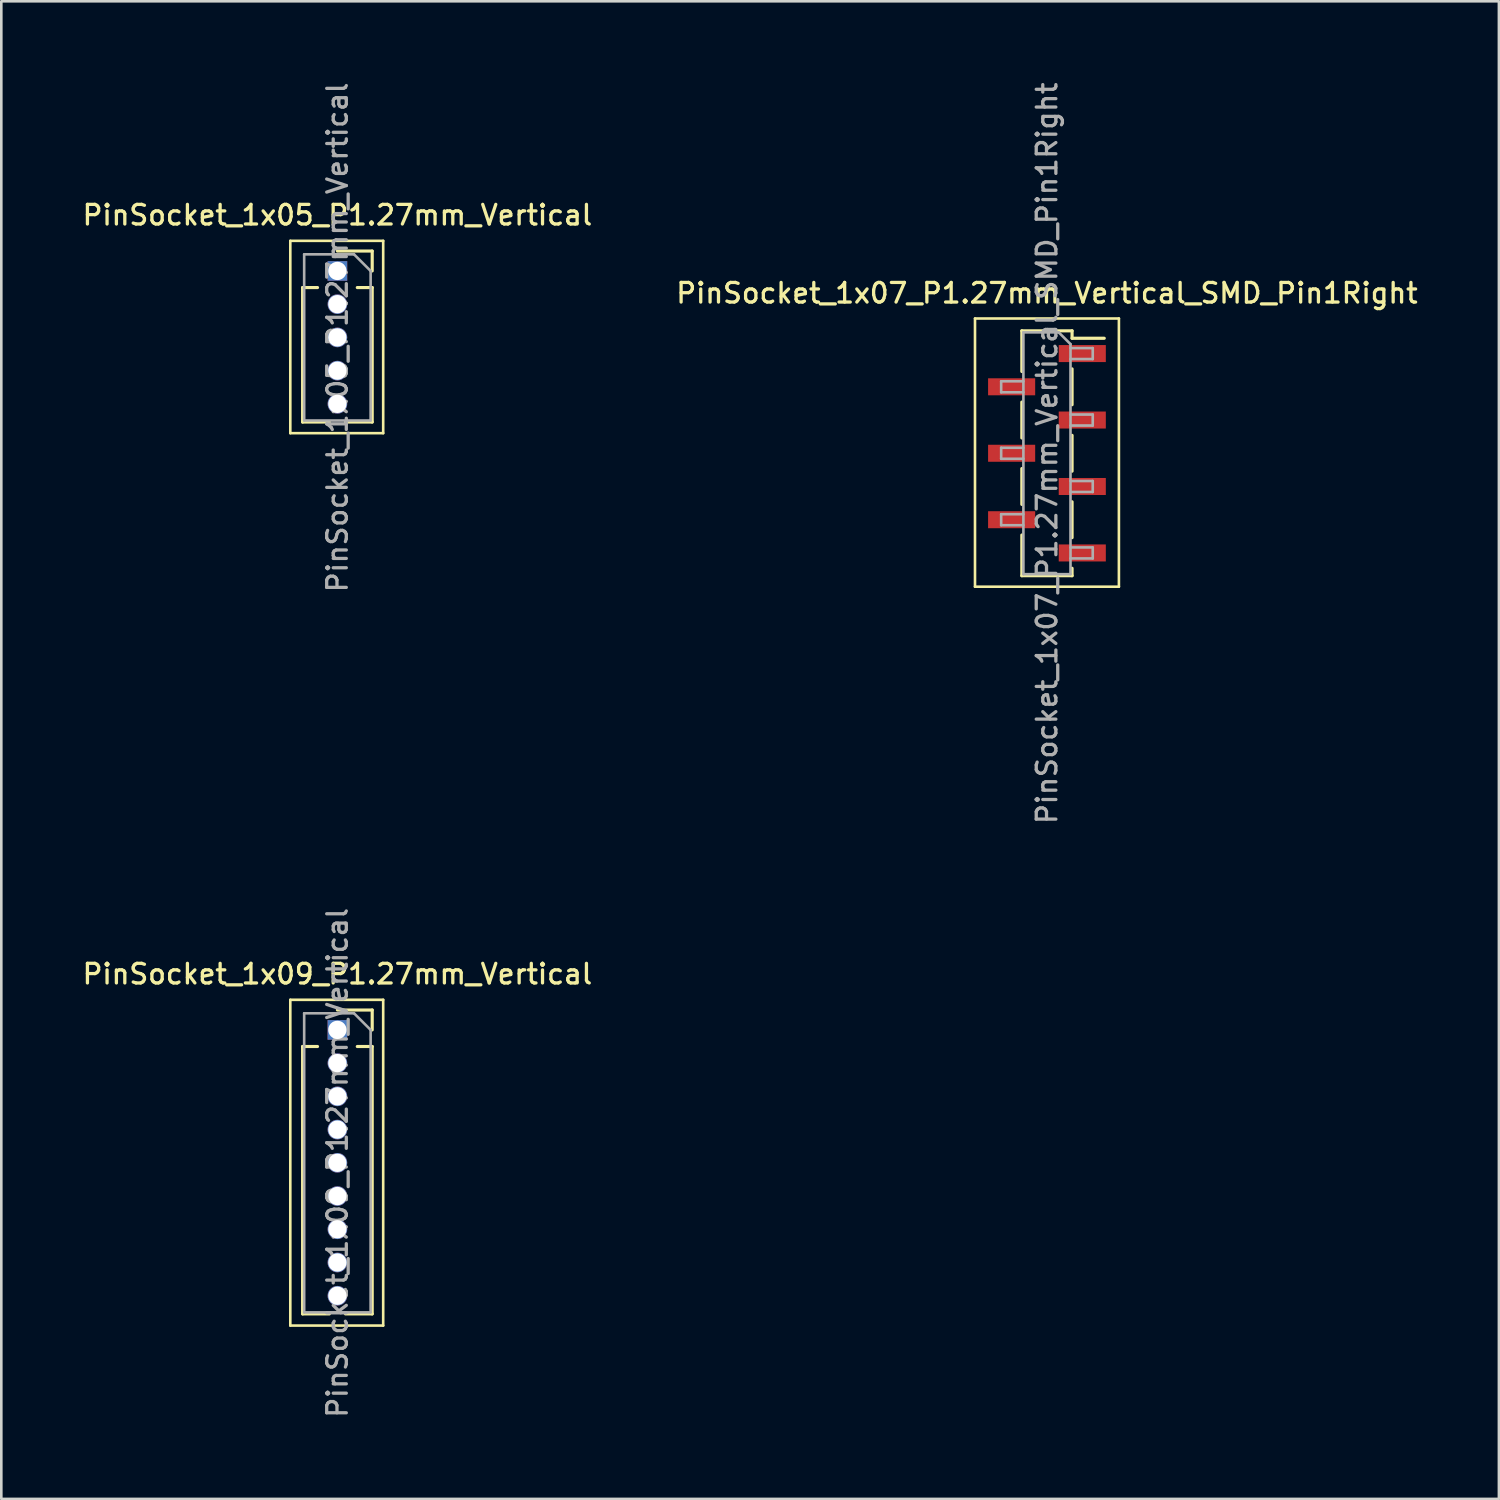
<source format=kicad_pcb>
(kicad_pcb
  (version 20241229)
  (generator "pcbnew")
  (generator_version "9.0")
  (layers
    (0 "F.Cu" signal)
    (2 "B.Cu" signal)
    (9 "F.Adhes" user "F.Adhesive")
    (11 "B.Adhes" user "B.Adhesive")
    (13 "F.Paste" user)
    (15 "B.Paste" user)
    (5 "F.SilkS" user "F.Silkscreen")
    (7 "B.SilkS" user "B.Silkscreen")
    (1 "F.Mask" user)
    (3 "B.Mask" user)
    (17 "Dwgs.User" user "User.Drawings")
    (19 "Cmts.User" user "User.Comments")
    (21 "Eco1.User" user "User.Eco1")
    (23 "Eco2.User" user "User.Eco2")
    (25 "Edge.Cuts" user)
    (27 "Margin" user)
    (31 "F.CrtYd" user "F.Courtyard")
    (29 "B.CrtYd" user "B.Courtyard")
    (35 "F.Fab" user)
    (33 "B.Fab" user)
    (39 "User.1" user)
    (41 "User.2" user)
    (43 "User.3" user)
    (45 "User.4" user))
  (footprint "PinSocket_1x05_P1.27mm_Vertical"
    (layer "F.Cu")
    (at 9.845 7.305)
    (property "Reference" "PinSocket_1x05_P1.27mm_Vertical" (at 0 -2.135 0) (layer "F.SilkS") (effects (font (size 0.75 0.75) (thickness 0.125))))
    (attr through_hole)
    (fp_line (start -1.8 -1.15) (end 1.75 -1.15) (stroke (width 0.1) (type solid)) (layer "F.SilkS"))
    (fp_line (start -1.8 6.2) (end -1.8 -1.15) (stroke (width 0.1) (type solid)) (layer "F.SilkS"))
    (fp_line (start -1.33 0.635) (end -1.33 5.775) (stroke (width 0.12) (type solid)) (layer "F.SilkS"))
    (fp_line (start -1.33 0.635) (end -0.76 0.635) (stroke (width 0.12) (type solid)) (layer "F.SilkS"))
    (fp_line (start -1.33 5.775) (end -0.308 5.775) (stroke (width 0.12) (type solid)) (layer "F.SilkS"))
    (fp_line (start 0 -0.76) (end 1.33 -0.76) (stroke (width 0.12) (type solid)) (layer "F.SilkS"))
    (fp_line (start 0.308 5.775) (end 1.33 5.775) (stroke (width 0.12) (type solid)) (layer "F.SilkS"))
    (fp_line (start 0.76 0.635) (end 1.33 0.635) (stroke (width 0.12) (type solid)) (layer "F.SilkS"))
    (fp_line (start 1.33 -0.76) (end 1.33 0) (stroke (width 0.12) (type solid)) (layer "F.SilkS"))
    (fp_line (start 1.33 0.635) (end 1.33 5.775) (stroke (width 0.12) (type solid)) (layer "F.SilkS"))
    (fp_line (start 1.75 -1.15) (end 1.75 6.2) (stroke (width 0.1) (type solid)) (layer "F.SilkS"))
    (fp_line (start 1.75 6.2) (end -1.8 6.2) (stroke (width 0.1) (type solid)) (layer "F.SilkS"))
    (fp_line (start -1.27 -0.635) (end 0.635 -0.635) (stroke (width 0.1) (type solid)) (layer "F.Fab"))
    (fp_line (start -1.27 5.715) (end -1.27 -0.635) (stroke (width 0.1) (type solid)) (layer "F.Fab"))
    (fp_line (start 0.635 -0.635) (end 1.27 0) (stroke (width 0.1) (type solid)) (layer "F.Fab"))
    (fp_line (start 1.27 0) (end 1.27 5.715) (stroke (width 0.1) (type solid)) (layer "F.Fab"))
    (fp_line (start 1.27 5.715) (end -1.27 5.715) (stroke (width 0.1) (type solid)) (layer "F.Fab"))
    (fp_text user "${REFERENCE}" (at 0 2.54 90) (layer "F.Fab") (effects (font (size 0.75 0.75) (thickness 0.125))))
    (pad "1" thru_hole rect (at 0 0) (size 0.75 0.75) (drill 0.7) (layers "*.Cu" "*.Mask"))
    (pad "2" thru_hole oval (at 0 1.27) (size 0.75 0.75) (drill 0.7) (layers "*.Cu" "*.Mask"))
    (pad "3" thru_hole oval (at 0 2.54) (size 0.75 0.75) (drill 0.7) (layers "*.Cu" "*.Mask"))
    (pad "4" thru_hole oval (at 0 3.81) (size 0.75 0.75) (drill 0.7) (layers "*.Cu" "*.Mask"))
    (pad "5" thru_hole oval (at 0 5.08) (size 0.75 0.75) (drill 0.7) (layers "*.Cu" "*.Mask")))
  (footprint "PinSocket_1x09_P1.27mm_Vertical"
    (layer "F.Cu")
    (at 9.845 36.311)
    (property "Reference" "PinSocket_1x09_P1.27mm_Vertical" (at 0 -2.135 0) (layer "F.SilkS") (effects (font (size 0.75 0.75) (thickness 0.125))))
    (attr through_hole)
    (fp_line (start -1.8 -1.15) (end 1.75 -1.15) (stroke (width 0.1) (type solid)) (layer "F.SilkS"))
    (fp_line (start -1.8 11.3) (end -1.8 -1.15) (stroke (width 0.1) (type solid)) (layer "F.SilkS"))
    (fp_line (start -1.33 0.635) (end -1.33 10.855) (stroke (width 0.12) (type solid)) (layer "F.SilkS"))
    (fp_line (start -1.33 0.635) (end -0.76 0.635) (stroke (width 0.12) (type solid)) (layer "F.SilkS"))
    (fp_line (start -1.33 10.855) (end -0.308 10.855) (stroke (width 0.12) (type solid)) (layer "F.SilkS"))
    (fp_line (start 0 -0.76) (end 1.33 -0.76) (stroke (width 0.12) (type solid)) (layer "F.SilkS"))
    (fp_line (start 0.308 10.855) (end 1.33 10.855) (stroke (width 0.12) (type solid)) (layer "F.SilkS"))
    (fp_line (start 0.76 0.635) (end 1.33 0.635) (stroke (width 0.12) (type solid)) (layer "F.SilkS"))
    (fp_line (start 1.33 -0.76) (end 1.33 0) (stroke (width 0.12) (type solid)) (layer "F.SilkS"))
    (fp_line (start 1.33 0.635) (end 1.33 10.855) (stroke (width 0.12) (type solid)) (layer "F.SilkS"))
    (fp_line (start 1.75 -1.15) (end 1.75 11.3) (stroke (width 0.1) (type solid)) (layer "F.SilkS"))
    (fp_line (start 1.75 11.3) (end -1.8 11.3) (stroke (width 0.1) (type solid)) (layer "F.SilkS"))
    (fp_line (start -1.27 -0.635) (end 0.635 -0.635) (stroke (width 0.1) (type solid)) (layer "F.Fab"))
    (fp_line (start -1.27 10.795) (end -1.27 -0.635) (stroke (width 0.1) (type solid)) (layer "F.Fab"))
    (fp_line (start 0.635 -0.635) (end 1.27 0) (stroke (width 0.1) (type solid)) (layer "F.Fab"))
    (fp_line (start 1.27 0) (end 1.27 10.795) (stroke (width 0.1) (type solid)) (layer "F.Fab"))
    (fp_line (start 1.27 10.795) (end -1.27 10.795) (stroke (width 0.1) (type solid)) (layer "F.Fab"))
    (fp_text user "${REFERENCE}" (at 0 5.08 90) (layer "F.Fab") (effects (font (size 0.75 0.75) (thickness 0.125))))
    (pad "1" thru_hole rect (at 0 0) (size 0.75 0.75) (drill 0.7) (layers "*.Cu" "*.Mask"))
    (pad "2" thru_hole oval (at 0 1.27) (size 0.75 0.75) (drill 0.7) (layers "*.Cu" "*.Mask"))
    (pad "3" thru_hole oval (at 0 2.54) (size 0.75 0.75) (drill 0.7) (layers "*.Cu" "*.Mask"))
    (pad "4" thru_hole oval (at 0 3.81) (size 0.75 0.75) (drill 0.7) (layers "*.Cu" "*.Mask"))
    (pad "5" thru_hole oval (at 0 5.08) (size 0.75 0.75) (drill 0.7) (layers "*.Cu" "*.Mask"))
    (pad "6" thru_hole oval (at 0 6.35) (size 0.75 0.75) (drill 0.7) (layers "*.Cu" "*.Mask"))
    (pad "7" thru_hole oval (at 0 7.62) (size 0.75 0.75) (drill 0.7) (layers "*.Cu" "*.Mask"))
    (pad "8" thru_hole oval (at 0 8.89) (size 0.75 0.75) (drill 0.7) (layers "*.Cu" "*.Mask"))
    (pad "9" thru_hole oval (at 0 10.16) (size 0.75 0.75) (drill 0.7) (layers "*.Cu" "*.Mask")))
  (footprint "PinSocket_1x07_P1.27mm_Vertical_SMD_Pin1Right"
    (layer "F.Cu")
    (at 36.963 14.273)
    (property "Reference" "PinSocket_1x07_P1.27mm_Vertical_SMD_Pin1Right" (at 0 -6.12 0) (layer "F.SilkS") (effects (font (size 0.75 0.75) (thickness 0.125))))
    (attr smd)
    (fp_line (start -2.75 -5.15) (end 2.75 -5.15) (stroke (width 0.1) (type solid)) (layer "F.SilkS"))
    (fp_line (start -2.75 5.1) (end -2.75 -5.15) (stroke (width 0.1) (type solid)) (layer "F.SilkS"))
    (fp_line (start -0.96 -4.68) (end -0.96 -3.125) (stroke (width 0.12) (type solid)) (layer "F.SilkS"))
    (fp_line (start -0.96 -4.68) (end 0.96 -4.68) (stroke (width 0.12) (type solid)) (layer "F.SilkS"))
    (fp_line (start -0.96 -1.955) (end -0.96 -0.585) (stroke (width 0.12) (type solid)) (layer "F.SilkS"))
    (fp_line (start -0.96 0.585) (end -0.96 1.955) (stroke (width 0.12) (type solid)) (layer "F.SilkS"))
    (fp_line (start -0.96 3.125) (end -0.96 4.68) (stroke (width 0.12) (type solid)) (layer "F.SilkS"))
    (fp_line (start -0.96 4.68) (end 0.96 4.68) (stroke (width 0.12) (type solid)) (layer "F.SilkS"))
    (fp_line (start 0.96 -4.68) (end 0.96 -4.395) (stroke (width 0.12) (type solid)) (layer "F.SilkS"))
    (fp_line (start 0.96 -4.395) (end 2.19 -4.395) (stroke (width 0.12) (type solid)) (layer "F.SilkS"))
    (fp_line (start 0.96 -3.225) (end 0.96 -1.855) (stroke (width 0.12) (type solid)) (layer "F.SilkS"))
    (fp_line (start 0.96 -0.685) (end 0.96 0.685) (stroke (width 0.12) (type solid)) (layer "F.SilkS"))
    (fp_line (start 0.96 1.855) (end 0.96 3.225) (stroke (width 0.12) (type solid)) (layer "F.SilkS"))
    (fp_line (start 0.96 4.395) (end 0.96 4.68) (stroke (width 0.12) (type solid)) (layer "F.SilkS"))
    (fp_line (start 2.75 -5.15) (end 2.75 5.1) (stroke (width 0.1) (type solid)) (layer "F.SilkS"))
    (fp_line (start 2.75 5.1) (end -2.75 5.1) (stroke (width 0.1) (type solid)) (layer "F.SilkS"))
    (fp_line (start -1.75 -2.75) (end -0.9 -2.75) (stroke (width 0.1) (type solid)) (layer "F.Fab"))
    (fp_line (start -1.75 -2.33) (end -1.75 -2.75) (stroke (width 0.1) (type solid)) (layer "F.Fab"))
    (fp_line (start -1.75 -0.21) (end -0.9 -0.21) (stroke (width 0.1) (type solid)) (layer "F.Fab"))
    (fp_line (start -1.75 0.21) (end -1.75 -0.21) (stroke (width 0.1) (type solid)) (layer "F.Fab"))
    (fp_line (start -1.75 2.33) (end -0.9 2.33) (stroke (width 0.1) (type solid)) (layer "F.Fab"))
    (fp_line (start -1.75 2.75) (end -1.75 2.33) (stroke (width 0.1) (type solid)) (layer "F.Fab"))
    (fp_line (start -0.9 -4.62) (end 0.45 -4.62) (stroke (width 0.1) (type solid)) (layer "F.Fab"))
    (fp_line (start -0.9 -2.33) (end -1.75 -2.33) (stroke (width 0.1) (type solid)) (layer "F.Fab"))
    (fp_line (start -0.9 0.21) (end -1.75 0.21) (stroke (width 0.1) (type solid)) (layer "F.Fab"))
    (fp_line (start -0.9 2.75) (end -1.75 2.75) (stroke (width 0.1) (type solid)) (layer "F.Fab"))
    (fp_line (start -0.9 4.62) (end -0.9 -4.62) (stroke (width 0.1) (type solid)) (layer "F.Fab"))
    (fp_line (start 0.45 -4.62) (end 0.9 -4.17) (stroke (width 0.1) (type solid)) (layer "F.Fab"))
    (fp_line (start 0.9 -4.17) (end 0.9 4.62) (stroke (width 0.1) (type solid)) (layer "F.Fab"))
    (fp_line (start 0.9 -4.02) (end 1.75 -4.02) (stroke (width 0.1) (type solid)) (layer "F.Fab"))
    (fp_line (start 0.9 -1.48) (end 1.75 -1.48) (stroke (width 0.1) (type solid)) (layer "F.Fab"))
    (fp_line (start 0.9 1.06) (end 1.75 1.06) (stroke (width 0.1) (type solid)) (layer "F.Fab"))
    (fp_line (start 0.9 3.6) (end 1.75 3.6) (stroke (width 0.1) (type solid)) (layer "F.Fab"))
    (fp_line (start 0.9 4.62) (end -0.9 4.62) (stroke (width 0.1) (type solid)) (layer "F.Fab"))
    (fp_line (start 1.75 -4.02) (end 1.75 -3.6) (stroke (width 0.1) (type solid)) (layer "F.Fab"))
    (fp_line (start 1.75 -3.6) (end 0.9 -3.6) (stroke (width 0.1) (type solid)) (layer "F.Fab"))
    (fp_line (start 1.75 -1.48) (end 1.75 -1.06) (stroke (width 0.1) (type solid)) (layer "F.Fab"))
    (fp_line (start 1.75 -1.06) (end 0.9 -1.06) (stroke (width 0.1) (type solid)) (layer "F.Fab"))
    (fp_line (start 1.75 1.06) (end 1.75 1.48) (stroke (width 0.1) (type solid)) (layer "F.Fab"))
    (fp_line (start 1.75 1.48) (end 0.9 1.48) (stroke (width 0.1) (type solid)) (layer "F.Fab"))
    (fp_line (start 1.75 3.6) (end 1.75 4.02) (stroke (width 0.1) (type solid)) (layer "F.Fab"))
    (fp_line (start 1.75 4.02) (end 0.9 4.02) (stroke (width 0.1) (type solid)) (layer "F.Fab"))
    (fp_text user "${REFERENCE}" (at 0 0 90) (layer "F.Fab") (effects (font (size 0.75 0.75) (thickness 0.125))))
    (pad "1" smd rect (at 1.35 -3.81) (size 1.8 0.65) (layers "F.Cu" "F.Mask" "F.Paste"))
    (pad "2" smd rect (at -1.35 -2.54) (size 1.8 0.65) (layers "F.Cu" "F.Mask" "F.Paste"))
    (pad "3" smd rect (at 1.35 -1.27) (size 1.8 0.65) (layers "F.Cu" "F.Mask" "F.Paste"))
    (pad "4" smd rect (at -1.35 0) (size 1.8 0.65) (layers "F.Cu" "F.Mask" "F.Paste"))
    (pad "5" smd rect (at 1.35 1.27) (size 1.8 0.65) (layers "F.Cu" "F.Mask" "F.Paste"))
    (pad "6" smd rect (at -1.35 2.54) (size 1.8 0.65) (layers "F.Cu" "F.Mask" "F.Paste"))
    (pad "7" smd rect (at 1.35 3.81) (size 1.8 0.65) (layers "F.Cu" "F.Mask" "F.Paste")))
  (gr_rect
    (start -3 -3)
    (end 54.236 54.236)
    (stroke (width 0.1) (type default))
    (fill no)
    (layer "Edge.Cuts")))
</source>
